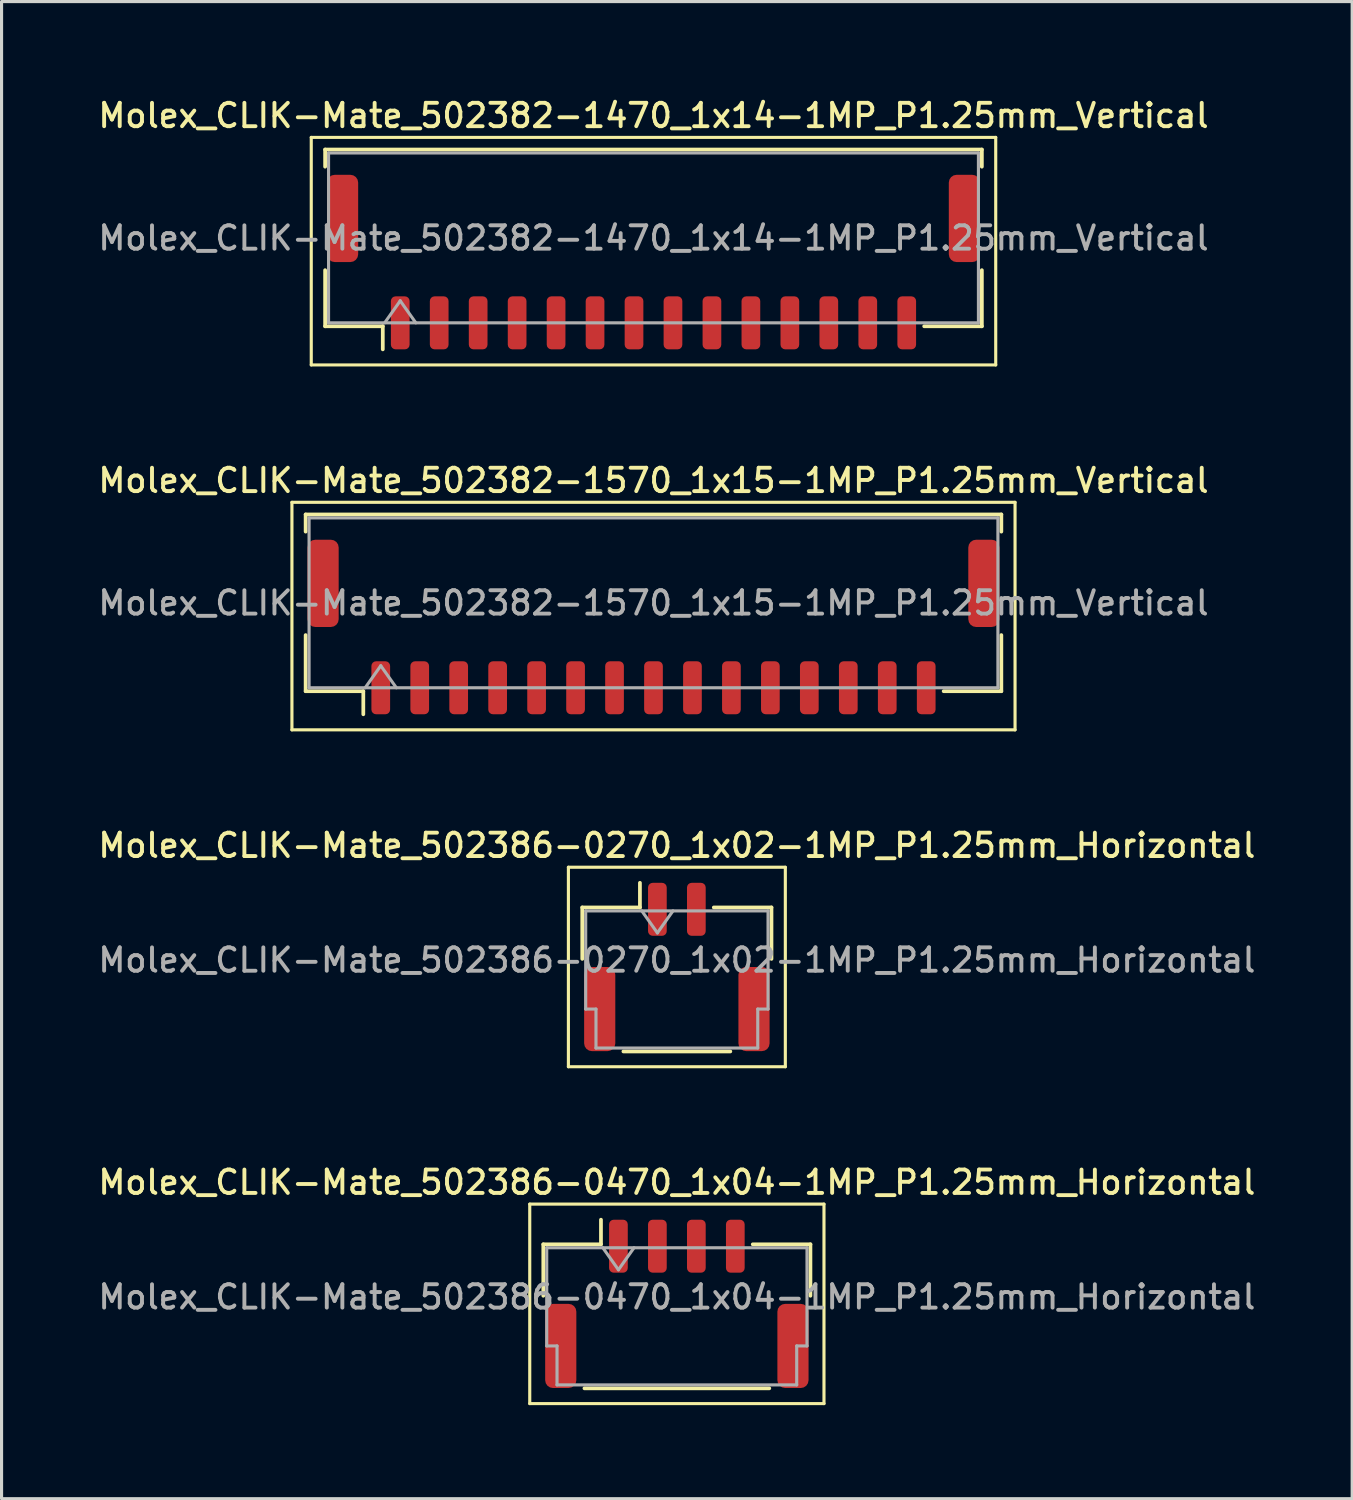
<source format=kicad_pcb>
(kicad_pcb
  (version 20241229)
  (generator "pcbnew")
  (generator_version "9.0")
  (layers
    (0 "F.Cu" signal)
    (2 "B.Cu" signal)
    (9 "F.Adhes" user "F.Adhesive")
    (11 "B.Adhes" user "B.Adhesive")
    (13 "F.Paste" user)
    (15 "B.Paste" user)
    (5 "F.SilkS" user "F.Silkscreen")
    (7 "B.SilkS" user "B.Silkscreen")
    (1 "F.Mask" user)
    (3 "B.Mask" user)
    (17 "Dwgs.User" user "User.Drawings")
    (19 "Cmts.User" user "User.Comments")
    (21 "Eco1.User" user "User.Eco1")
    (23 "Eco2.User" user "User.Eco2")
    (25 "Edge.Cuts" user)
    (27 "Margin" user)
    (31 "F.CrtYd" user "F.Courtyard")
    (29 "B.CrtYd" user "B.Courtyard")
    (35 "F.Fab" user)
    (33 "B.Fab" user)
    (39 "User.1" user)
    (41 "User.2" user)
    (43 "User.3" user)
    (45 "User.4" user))
  (footprint "Molex_CLIK-Mate_502386-0270_1x02-1MP_P1.25mm_Horizontal"
    (layer "F.Cu")
    (at 18.666 27.974)
    (property "Reference" "Molex_CLIK-Mate_502386-0270_1x02-1MP_P1.25mm_Horizontal" (at 0 -3.9 0) (layer "F.SilkS") (effects (font (size 0.75 0.75) (thickness 0.125))))
    (attr smd)
    (fp_line (start -3.48 -3.2) (end -3.48 3.2) (stroke (width 0.1) (type solid)) (layer "F.SilkS"))
    (fp_line (start -3.48 3.2) (end 3.48 3.2) (stroke (width 0.1) (type solid)) (layer "F.SilkS"))
    (fp_line (start -3.035 -1.91) (end -1.185 -1.91) (stroke (width 0.12) (type solid)) (layer "F.SilkS"))
    (fp_line (start -3.035 -0.26) (end -3.035 -1.91) (stroke (width 0.12) (type solid)) (layer "F.SilkS"))
    (fp_line (start -1.715 2.71) (end 1.715 2.71) (stroke (width 0.12) (type solid)) (layer "F.SilkS"))
    (fp_line (start -1.185 -1.91) (end -1.185 -2.7) (stroke (width 0.12) (type solid)) (layer "F.SilkS"))
    (fp_line (start 3.035 -1.91) (end 1.185 -1.91) (stroke (width 0.12) (type solid)) (layer "F.SilkS"))
    (fp_line (start 3.035 -0.26) (end 3.035 -1.91) (stroke (width 0.12) (type solid)) (layer "F.SilkS"))
    (fp_line (start 3.48 -3.2) (end -3.48 -3.2) (stroke (width 0.1) (type solid)) (layer "F.SilkS"))
    (fp_line (start 3.48 3.2) (end 3.48 -3.2) (stroke (width 0.1) (type solid)) (layer "F.SilkS"))
    (fp_line (start -2.925 -1.8) (end -2.925 1.35) (stroke (width 0.1) (type solid)) (layer "F.Fab"))
    (fp_line (start -2.925 -1.8) (end 2.925 -1.8) (stroke (width 0.1) (type solid)) (layer "F.Fab"))
    (fp_line (start -2.925 1.35) (end -2.595 1.35) (stroke (width 0.1) (type solid)) (layer "F.Fab"))
    (fp_line (start -2.595 1.35) (end -2.595 2.6) (stroke (width 0.1) (type solid)) (layer "F.Fab"))
    (fp_line (start -2.595 2.6) (end 2.595 2.6) (stroke (width 0.1) (type solid)) (layer "F.Fab"))
    (fp_line (start -1.125 -1.8) (end -0.625 -1.093) (stroke (width 0.1) (type solid)) (layer "F.Fab"))
    (fp_line (start -0.625 -1.093) (end -0.125 -1.8) (stroke (width 0.1) (type solid)) (layer "F.Fab"))
    (fp_line (start 2.595 1.35) (end 2.925 1.35) (stroke (width 0.1) (type solid)) (layer "F.Fab"))
    (fp_line (start 2.595 2.6) (end 2.595 1.35) (stroke (width 0.1) (type solid)) (layer "F.Fab"))
    (fp_line (start 2.925 -1.8) (end 2.925 1.35) (stroke (width 0.1) (type solid)) (layer "F.Fab"))
    (fp_text user "${REFERENCE}" (at 0 -0.22 0) (layer "F.Fab") (effects (font (size 0.75 0.75) (thickness 0.125))))
    (pad "1" smd roundrect (at -0.625 -1.85) (size 0.6 1.7) (layers "F.Cu" "F.Mask" "F.Paste") (roundrect_rratio 0.25))
    (pad "2" smd roundrect (at 0.625 -1.85) (size 0.6 1.7) (layers "F.Cu" "F.Mask" "F.Paste") (roundrect_rratio 0.25))
    (pad "MP" smd roundrect (at -2.475 1.35) (size 1 2.7) (layers "F.Cu" "F.Mask" "F.Paste") (roundrect_rratio 0.25))
    (pad "MP" smd roundrect (at 2.475 1.35) (size 1 2.7) (layers "F.Cu" "F.Mask" "F.Paste") (roundrect_rratio 0.25)))
  (footprint "Molex_CLIK-Mate_502382-1570_1x15-1MP_P1.25mm_Vertical"
    (layer "F.Cu")
    (at 17.916 17.066)
    (property "Reference" "Molex_CLIK-Mate_502382-1570_1x15-1MP_P1.25mm_Vertical" (at 0 -4.7 0) (layer "F.SilkS") (effects (font (size 0.75 0.75) (thickness 0.125))))
    (attr smd)
    (fp_line (start -11.6 -4) (end -11.6 3.3) (stroke (width 0.1) (type solid)) (layer "F.SilkS"))
    (fp_line (start -11.6 3.3) (end 11.6 3.3) (stroke (width 0.1) (type solid)) (layer "F.SilkS"))
    (fp_line (start -11.16 -3.61) (end 11.16 -3.61) (stroke (width 0.12) (type solid)) (layer "F.SilkS"))
    (fp_line (start -11.16 -3.06) (end -11.16 -3.61) (stroke (width 0.12) (type solid)) (layer "F.SilkS"))
    (fp_line (start -11.16 0.26) (end -11.16 2.06) (stroke (width 0.12) (type solid)) (layer "F.SilkS"))
    (fp_line (start -11.16 2.06) (end -9.31 2.06) (stroke (width 0.12) (type solid)) (layer "F.SilkS"))
    (fp_line (start -9.31 2.06) (end -9.31 2.8) (stroke (width 0.12) (type solid)) (layer "F.SilkS"))
    (fp_line (start 11.16 -3.61) (end 11.16 -3.06) (stroke (width 0.12) (type solid)) (layer "F.SilkS"))
    (fp_line (start 11.16 0.26) (end 11.16 2.06) (stroke (width 0.12) (type solid)) (layer "F.SilkS"))
    (fp_line (start 11.16 2.06) (end 9.31 2.06) (stroke (width 0.12) (type solid)) (layer "F.SilkS"))
    (fp_line (start 11.6 -4) (end -11.6 -4) (stroke (width 0.1) (type solid)) (layer "F.SilkS"))
    (fp_line (start 11.6 3.3) (end 11.6 -4) (stroke (width 0.1) (type solid)) (layer "F.SilkS"))
    (fp_line (start -11.05 -3.5) (end 11.05 -3.5) (stroke (width 0.1) (type solid)) (layer "F.Fab"))
    (fp_line (start -11.05 1.95) (end -11.05 -3.5) (stroke (width 0.1) (type solid)) (layer "F.Fab"))
    (fp_line (start -11.05 1.95) (end 11.05 1.95) (stroke (width 0.1) (type solid)) (layer "F.Fab"))
    (fp_line (start -9.25 1.95) (end -8.75 1.243) (stroke (width 0.1) (type solid)) (layer "F.Fab"))
    (fp_line (start -8.75 1.243) (end -8.25 1.95) (stroke (width 0.1) (type solid)) (layer "F.Fab"))
    (fp_line (start 11.05 1.95) (end 11.05 -3.5) (stroke (width 0.1) (type solid)) (layer "F.Fab"))
    (fp_text user "${REFERENCE}" (at 0 -0.77 0) (layer "F.Fab") (effects (font (size 0.75 0.75) (thickness 0.125))))
    (pad "1" smd roundrect (at -8.75 1.95) (size 0.6 1.7) (layers "F.Cu" "F.Mask" "F.Paste") (roundrect_rratio 0.25))
    (pad "2" smd roundrect (at -7.5 1.95) (size 0.6 1.7) (layers "F.Cu" "F.Mask" "F.Paste") (roundrect_rratio 0.25))
    (pad "3" smd roundrect (at -6.25 1.95) (size 0.6 1.7) (layers "F.Cu" "F.Mask" "F.Paste") (roundrect_rratio 0.25))
    (pad "4" smd roundrect (at -5 1.95) (size 0.6 1.7) (layers "F.Cu" "F.Mask" "F.Paste") (roundrect_rratio 0.25))
    (pad "5" smd roundrect (at -3.75 1.95) (size 0.6 1.7) (layers "F.Cu" "F.Mask" "F.Paste") (roundrect_rratio 0.25))
    (pad "6" smd roundrect (at -2.5 1.95) (size 0.6 1.7) (layers "F.Cu" "F.Mask" "F.Paste") (roundrect_rratio 0.25))
    (pad "7" smd roundrect (at -1.25 1.95) (size 0.6 1.7) (layers "F.Cu" "F.Mask" "F.Paste") (roundrect_rratio 0.25))
    (pad "8" smd roundrect (at 0 1.95) (size 0.6 1.7) (layers "F.Cu" "F.Mask" "F.Paste") (roundrect_rratio 0.25))
    (pad "9" smd roundrect (at 1.25 1.95) (size 0.6 1.7) (layers "F.Cu" "F.Mask" "F.Paste") (roundrect_rratio 0.25))
    (pad "10" smd roundrect (at 2.5 1.95) (size 0.6 1.7) (layers "F.Cu" "F.Mask" "F.Paste") (roundrect_rratio 0.25))
    (pad "11" smd roundrect (at 3.75 1.95) (size 0.6 1.7) (layers "F.Cu" "F.Mask" "F.Paste") (roundrect_rratio 0.25))
    (pad "12" smd roundrect (at 5 1.95) (size 0.6 1.7) (layers "F.Cu" "F.Mask" "F.Paste") (roundrect_rratio 0.25))
    (pad "13" smd roundrect (at 6.25 1.95) (size 0.6 1.7) (layers "F.Cu" "F.Mask" "F.Paste") (roundrect_rratio 0.25))
    (pad "14" smd roundrect (at 7.5 1.95) (size 0.6 1.7) (layers "F.Cu" "F.Mask" "F.Paste") (roundrect_rratio 0.25))
    (pad "15" smd roundrect (at 8.75 1.95) (size 0.6 1.7) (layers "F.Cu" "F.Mask" "F.Paste") (roundrect_rratio 0.25))
    (pad "MP" smd roundrect (at -10.6 -1.4) (size 1 2.8) (layers "F.Cu" "F.Mask" "F.Paste") (roundrect_rratio 0.25))
    (pad "MP" smd roundrect (at 10.6 -1.4) (size 1 2.8) (layers "F.Cu" "F.Mask" "F.Paste") (roundrect_rratio 0.25)))
  (footprint "Molex_CLIK-Mate_502386-0470_1x04-1MP_P1.25mm_Horizontal"
    (layer "F.Cu")
    (at 18.666 38.782)
    (property "Reference" "Molex_CLIK-Mate_502386-0470_1x04-1MP_P1.25mm_Horizontal" (at 0 -3.9 0) (layer "F.SilkS") (effects (font (size 0.75 0.75) (thickness 0.125))))
    (attr smd)
    (fp_line (start -4.72 -3.2) (end -4.72 3.2) (stroke (width 0.1) (type solid)) (layer "F.SilkS"))
    (fp_line (start -4.72 3.2) (end 4.72 3.2) (stroke (width 0.1) (type solid)) (layer "F.SilkS"))
    (fp_line (start -4.285 -1.91) (end -2.435 -1.91) (stroke (width 0.12) (type solid)) (layer "F.SilkS"))
    (fp_line (start -4.285 -0.26) (end -4.285 -1.91) (stroke (width 0.12) (type solid)) (layer "F.SilkS"))
    (fp_line (start -2.965 2.71) (end 2.965 2.71) (stroke (width 0.12) (type solid)) (layer "F.SilkS"))
    (fp_line (start -2.435 -1.91) (end -2.435 -2.7) (stroke (width 0.12) (type solid)) (layer "F.SilkS"))
    (fp_line (start 4.285 -1.91) (end 2.435 -1.91) (stroke (width 0.12) (type solid)) (layer "F.SilkS"))
    (fp_line (start 4.285 -0.26) (end 4.285 -1.91) (stroke (width 0.12) (type solid)) (layer "F.SilkS"))
    (fp_line (start 4.72 -3.2) (end -4.72 -3.2) (stroke (width 0.1) (type solid)) (layer "F.SilkS"))
    (fp_line (start 4.72 3.2) (end 4.72 -3.2) (stroke (width 0.1) (type solid)) (layer "F.SilkS"))
    (fp_line (start -4.175 -1.8) (end -4.175 1.35) (stroke (width 0.1) (type solid)) (layer "F.Fab"))
    (fp_line (start -4.175 -1.8) (end 4.175 -1.8) (stroke (width 0.1) (type solid)) (layer "F.Fab"))
    (fp_line (start -4.175 1.35) (end -3.845 1.35) (stroke (width 0.1) (type solid)) (layer "F.Fab"))
    (fp_line (start -3.845 1.35) (end -3.845 2.6) (stroke (width 0.1) (type solid)) (layer "F.Fab"))
    (fp_line (start -3.845 2.6) (end 3.845 2.6) (stroke (width 0.1) (type solid)) (layer "F.Fab"))
    (fp_line (start -2.375 -1.8) (end -1.875 -1.093) (stroke (width 0.1) (type solid)) (layer "F.Fab"))
    (fp_line (start -1.875 -1.093) (end -1.375 -1.8) (stroke (width 0.1) (type solid)) (layer "F.Fab"))
    (fp_line (start 3.845 1.35) (end 4.175 1.35) (stroke (width 0.1) (type solid)) (layer "F.Fab"))
    (fp_line (start 3.845 2.6) (end 3.845 1.35) (stroke (width 0.1) (type solid)) (layer "F.Fab"))
    (fp_line (start 4.175 -1.8) (end 4.175 1.35) (stroke (width 0.1) (type solid)) (layer "F.Fab"))
    (fp_text user "${REFERENCE}" (at 0 -0.22 0) (layer "F.Fab") (effects (font (size 0.75 0.75) (thickness 0.125))))
    (pad "1" smd roundrect (at -1.875 -1.85) (size 0.6 1.7) (layers "F.Cu" "F.Mask" "F.Paste") (roundrect_rratio 0.25))
    (pad "2" smd roundrect (at -0.625 -1.85) (size 0.6 1.7) (layers "F.Cu" "F.Mask" "F.Paste") (roundrect_rratio 0.25))
    (pad "3" smd roundrect (at 0.625 -1.85) (size 0.6 1.7) (layers "F.Cu" "F.Mask" "F.Paste") (roundrect_rratio 0.25))
    (pad "4" smd roundrect (at 1.875 -1.85) (size 0.6 1.7) (layers "F.Cu" "F.Mask" "F.Paste") (roundrect_rratio 0.25))
    (pad "MP" smd roundrect (at -3.725 1.35) (size 1 2.7) (layers "F.Cu" "F.Mask" "F.Paste") (roundrect_rratio 0.25))
    (pad "MP" smd roundrect (at 3.725 1.35) (size 1 2.7) (layers "F.Cu" "F.Mask" "F.Paste") (roundrect_rratio 0.25)))
  (footprint "Molex_CLIK-Mate_502382-1470_1x14-1MP_P1.25mm_Vertical"
    (layer "F.Cu")
    (at 17.916 5.358)
    (property "Reference" "Molex_CLIK-Mate_502382-1470_1x14-1MP_P1.25mm_Vertical" (at 0 -4.7 0) (layer "F.SilkS") (effects (font (size 0.75 0.75) (thickness 0.125))))
    (attr smd)
    (fp_line (start -10.98 -4) (end -10.98 3.3) (stroke (width 0.1) (type solid)) (layer "F.SilkS"))
    (fp_line (start -10.98 3.3) (end 10.98 3.3) (stroke (width 0.1) (type solid)) (layer "F.SilkS"))
    (fp_line (start -10.535 -3.61) (end 10.535 -3.61) (stroke (width 0.12) (type solid)) (layer "F.SilkS"))
    (fp_line (start -10.535 -3.06) (end -10.535 -3.61) (stroke (width 0.12) (type solid)) (layer "F.SilkS"))
    (fp_line (start -10.535 0.26) (end -10.535 2.06) (stroke (width 0.12) (type solid)) (layer "F.SilkS"))
    (fp_line (start -10.535 2.06) (end -8.685 2.06) (stroke (width 0.12) (type solid)) (layer "F.SilkS"))
    (fp_line (start -8.685 2.06) (end -8.685 2.8) (stroke (width 0.12) (type solid)) (layer "F.SilkS"))
    (fp_line (start 10.535 -3.61) (end 10.535 -3.06) (stroke (width 0.12) (type solid)) (layer "F.SilkS"))
    (fp_line (start 10.535 0.26) (end 10.535 2.06) (stroke (width 0.12) (type solid)) (layer "F.SilkS"))
    (fp_line (start 10.535 2.06) (end 8.685 2.06) (stroke (width 0.12) (type solid)) (layer "F.SilkS"))
    (fp_line (start 10.98 -4) (end -10.98 -4) (stroke (width 0.1) (type solid)) (layer "F.SilkS"))
    (fp_line (start 10.98 3.3) (end 10.98 -4) (stroke (width 0.1) (type solid)) (layer "F.SilkS"))
    (fp_line (start -10.425 -3.5) (end 10.425 -3.5) (stroke (width 0.1) (type solid)) (layer "F.Fab"))
    (fp_line (start -10.425 1.95) (end -10.425 -3.5) (stroke (width 0.1) (type solid)) (layer "F.Fab"))
    (fp_line (start -10.425 1.95) (end 10.425 1.95) (stroke (width 0.1) (type solid)) (layer "F.Fab"))
    (fp_line (start -8.625 1.95) (end -8.125 1.243) (stroke (width 0.1) (type solid)) (layer "F.Fab"))
    (fp_line (start -8.125 1.243) (end -7.625 1.95) (stroke (width 0.1) (type solid)) (layer "F.Fab"))
    (fp_line (start 10.425 1.95) (end 10.425 -3.5) (stroke (width 0.1) (type solid)) (layer "F.Fab"))
    (fp_text user "${REFERENCE}" (at 0 -0.77 0) (layer "F.Fab") (effects (font (size 0.75 0.75) (thickness 0.125))))
    (pad "1" smd roundrect (at -8.125 1.95) (size 0.6 1.7) (layers "F.Cu" "F.Mask" "F.Paste") (roundrect_rratio 0.25))
    (pad "2" smd roundrect (at -6.875 1.95) (size 0.6 1.7) (layers "F.Cu" "F.Mask" "F.Paste") (roundrect_rratio 0.25))
    (pad "3" smd roundrect (at -5.625 1.95) (size 0.6 1.7) (layers "F.Cu" "F.Mask" "F.Paste") (roundrect_rratio 0.25))
    (pad "4" smd roundrect (at -4.375 1.95) (size 0.6 1.7) (layers "F.Cu" "F.Mask" "F.Paste") (roundrect_rratio 0.25))
    (pad "5" smd roundrect (at -3.125 1.95) (size 0.6 1.7) (layers "F.Cu" "F.Mask" "F.Paste") (roundrect_rratio 0.25))
    (pad "6" smd roundrect (at -1.875 1.95) (size 0.6 1.7) (layers "F.Cu" "F.Mask" "F.Paste") (roundrect_rratio 0.25))
    (pad "7" smd roundrect (at -0.625 1.95) (size 0.6 1.7) (layers "F.Cu" "F.Mask" "F.Paste") (roundrect_rratio 0.25))
    (pad "8" smd roundrect (at 0.625 1.95) (size 0.6 1.7) (layers "F.Cu" "F.Mask" "F.Paste") (roundrect_rratio 0.25))
    (pad "9" smd roundrect (at 1.875 1.95) (size 0.6 1.7) (layers "F.Cu" "F.Mask" "F.Paste") (roundrect_rratio 0.25))
    (pad "10" smd roundrect (at 3.125 1.95) (size 0.6 1.7) (layers "F.Cu" "F.Mask" "F.Paste") (roundrect_rratio 0.25))
    (pad "11" smd roundrect (at 4.375 1.95) (size 0.6 1.7) (layers "F.Cu" "F.Mask" "F.Paste") (roundrect_rratio 0.25))
    (pad "12" smd roundrect (at 5.625 1.95) (size 0.6 1.7) (layers "F.Cu" "F.Mask" "F.Paste") (roundrect_rratio 0.25))
    (pad "13" smd roundrect (at 6.875 1.95) (size 0.6 1.7) (layers "F.Cu" "F.Mask" "F.Paste") (roundrect_rratio 0.25))
    (pad "14" smd roundrect (at 8.125 1.95) (size 0.6 1.7) (layers "F.Cu" "F.Mask" "F.Paste") (roundrect_rratio 0.25))
    (pad "MP" smd roundrect (at -9.975 -1.4) (size 1 2.8) (layers "F.Cu" "F.Mask" "F.Paste") (roundrect_rratio 0.25))
    (pad "MP" smd roundrect (at 9.975 -1.4) (size 1 2.8) (layers "F.Cu" "F.Mask" "F.Paste") (roundrect_rratio 0.25)))
  (gr_rect
    (start -3 -3)
    (end 40.332 45.032)
    (stroke (width 0.1) (type default))
    (fill no)
    (layer "Edge.Cuts")))
</source>
